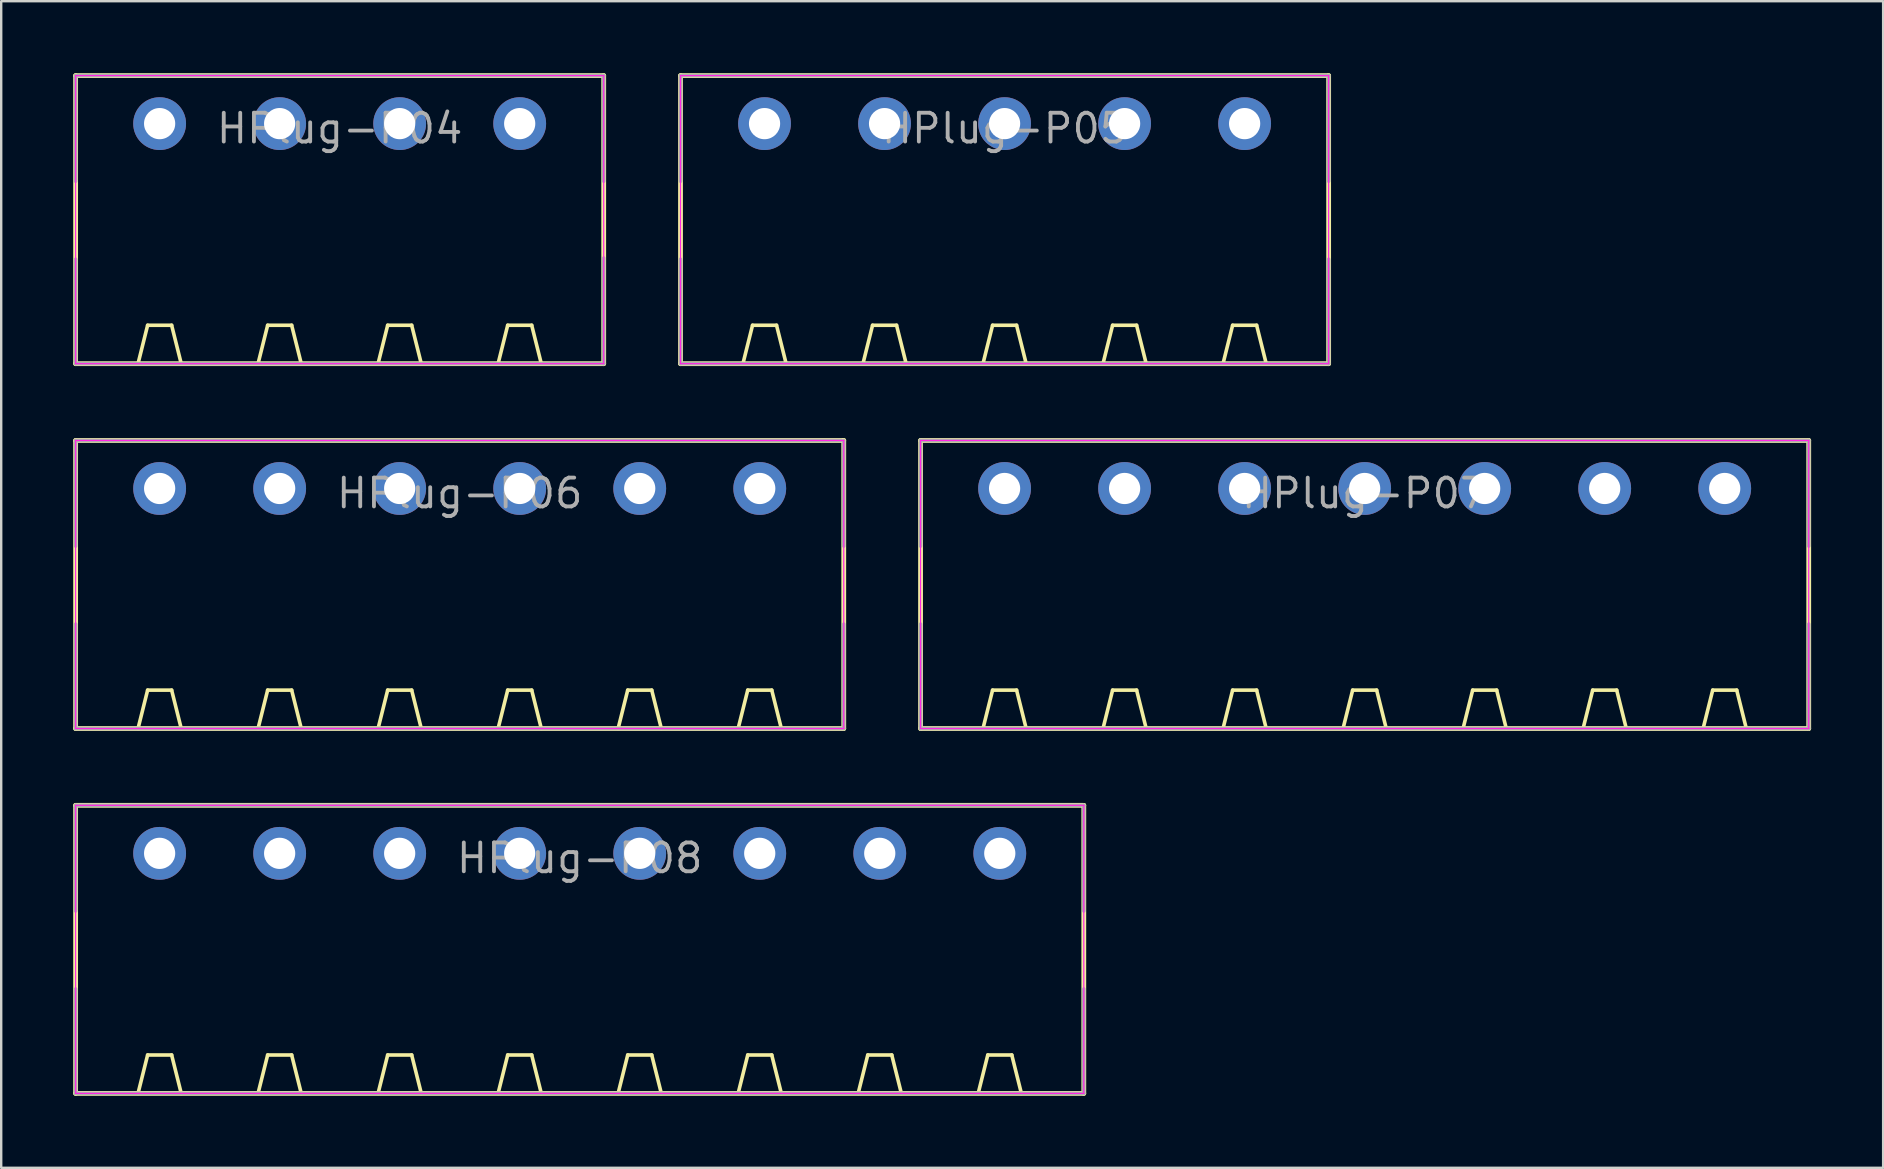
<source format=kicad_pcb>
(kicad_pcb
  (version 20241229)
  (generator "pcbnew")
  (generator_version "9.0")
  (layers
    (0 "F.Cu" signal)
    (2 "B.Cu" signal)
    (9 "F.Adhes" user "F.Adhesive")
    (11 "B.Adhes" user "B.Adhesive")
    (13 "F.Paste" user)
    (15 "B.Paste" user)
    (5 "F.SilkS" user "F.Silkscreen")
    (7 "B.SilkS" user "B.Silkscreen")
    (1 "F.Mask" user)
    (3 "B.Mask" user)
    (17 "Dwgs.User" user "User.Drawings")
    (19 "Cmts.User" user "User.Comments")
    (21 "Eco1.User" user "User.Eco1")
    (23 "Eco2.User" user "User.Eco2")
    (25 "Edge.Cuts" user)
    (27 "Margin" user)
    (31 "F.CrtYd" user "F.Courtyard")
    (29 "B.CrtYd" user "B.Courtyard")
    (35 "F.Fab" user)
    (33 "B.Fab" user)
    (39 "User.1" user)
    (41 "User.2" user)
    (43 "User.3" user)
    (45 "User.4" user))
  (footprint "HPlug-P05"
    (layer "F.Cu")
    (at 38.8 2.1)
    (property "Reference" "HPlug-P05" (at 0 0.2 180) (layer "F.Fab") (effects (font (size 1.2 1.2) (thickness 0.16))))
    (attr through_hole)
    (fp_line (start -13.5 10) (end -13.5 -2) (stroke (width 0.2) (type solid)) (layer "F.SilkS"))
    (fp_line (start -13.5 10) (end 13.5 10) (stroke (width 0.2) (type solid)) (layer "F.SilkS"))
    (fp_line (start -10.5 8.4) (end -10.9 10) (stroke (width 0.15) (type solid)) (layer "F.SilkS"))
    (fp_line (start -10.5 8.4) (end -9.5 8.4) (stroke (width 0.15) (type solid)) (layer "F.SilkS"))
    (fp_line (start -9.5 8.4) (end -9.1 10) (stroke (width 0.15) (type solid)) (layer "F.SilkS"))
    (fp_line (start -5.5 8.4) (end -5.9 10) (stroke (width 0.15) (type solid)) (layer "F.SilkS"))
    (fp_line (start -5.5 8.4) (end -4.5 8.4) (stroke (width 0.15) (type solid)) (layer "F.SilkS"))
    (fp_line (start -4.5 8.4) (end -4.1 10) (stroke (width 0.15) (type solid)) (layer "F.SilkS"))
    (fp_line (start -0.5 8.4) (end -0.9 10) (stroke (width 0.15) (type solid)) (layer "F.SilkS"))
    (fp_line (start -0.5 8.4) (end 0.5 8.4) (stroke (width 0.15) (type solid)) (layer "F.SilkS"))
    (fp_line (start 0.5 8.4) (end 0.9 10) (stroke (width 0.15) (type solid)) (layer "F.SilkS"))
    (fp_line (start 4.5 8.4) (end 4.1 10) (stroke (width 0.15) (type solid)) (layer "F.SilkS"))
    (fp_line (start 4.5 8.4) (end 5.5 8.4) (stroke (width 0.15) (type solid)) (layer "F.SilkS"))
    (fp_line (start 5.5 8.4) (end 5.9 10) (stroke (width 0.15) (type solid)) (layer "F.SilkS"))
    (fp_line (start 9.5 8.4) (end 9.1 10) (stroke (width 0.15) (type solid)) (layer "F.SilkS"))
    (fp_line (start 9.5 8.4) (end 10.5 8.4) (stroke (width 0.15) (type solid)) (layer "F.SilkS"))
    (fp_line (start 10.5 8.4) (end 10.9 10) (stroke (width 0.15) (type solid)) (layer "F.SilkS"))
    (fp_line (start 13.5 -2) (end -13.5 -2) (stroke (width 0.2) (type solid)) (layer "F.SilkS"))
    (fp_line (start 13.5 10) (end 13.5 -2) (stroke (width 0.2) (type solid)) (layer "F.SilkS"))
    (fp_line (start -13.5 -2) (end -13.5 10) (stroke (width 0.05) (type solid)) (layer "F.CrtYd"))
    (fp_line (start -13.5 -2) (end 13.5 -2) (stroke (width 0.05) (type solid)) (layer "F.CrtYd"))
    (fp_line (start -13.5 10) (end 13.5 10) (stroke (width 0.05) (type solid)) (layer "F.CrtYd"))
    (fp_line (start 13.5 -2) (end 13.5 10) (stroke (width 0.05) (type solid)) (layer "F.CrtYd"))
    (fp_line (start -13.5 -2) (end -13.5 2.4) (stroke (width 0.15) (type solid)) (layer "F.Fab"))
    (fp_line (start -13.5 -2) (end 13.5 -2) (stroke (width 0.15) (type solid)) (layer "F.Fab"))
    (fp_line (start -13.5 5.65) (end -13.5 10) (stroke (width 0.15) (type solid)) (layer "F.Fab"))
    (fp_line (start -13.5 10) (end 13.5 10) (stroke (width 0.15) (type solid)) (layer "F.Fab"))
    (fp_line (start 13.5 -2) (end 13.5 2.4) (stroke (width 0.15) (type solid)) (layer "F.Fab"))
    (fp_line (start 13.5 5.65) (end 13.5 10) (stroke (width 0.15) (type solid)) (layer "F.Fab"))
    (pad "1" thru_hole circle (at -10 0) (size 2.2 2.2) (drill 1.3) (layers "*.Cu" "*.Mask"))
    (pad "2" thru_hole circle (at -5 0) (size 2.2 2.2) (drill 1.3) (layers "*.Cu" "*.Mask"))
    (pad "3" thru_hole circle (at 0 0) (size 2.2 2.2) (drill 1.3) (layers "*.Cu" "*.Mask"))
    (pad "4" thru_hole circle (at 5 0) (size 2.2 2.2) (drill 1.3) (layers "*.Cu" "*.Mask"))
    (pad "5" thru_hole circle (at 10 0) (size 2.2 2.2) (drill 1.3) (layers "*.Cu" "*.Mask")))
  (footprint "HPlug-P07"
    (layer "F.Cu")
    (at 53.8 17.3)
    (property "Reference" "HPlug-P07" (at 0 0.2 180) (layer "F.Fab") (effects (font (size 1.2 1.2) (thickness 0.16))))
    (attr through_hole)
    (fp_line (start -18.5 10) (end -18.5 -2) (stroke (width 0.2) (type solid)) (layer "F.SilkS"))
    (fp_line (start -18.5 10) (end 18.5 10) (stroke (width 0.2) (type solid)) (layer "F.SilkS"))
    (fp_line (start -15.5 8.4) (end -15.9 10) (stroke (width 0.15) (type solid)) (layer "F.SilkS"))
    (fp_line (start -15.5 8.4) (end -14.5 8.4) (stroke (width 0.15) (type solid)) (layer "F.SilkS"))
    (fp_line (start -14.5 8.4) (end -14.1 10) (stroke (width 0.15) (type solid)) (layer "F.SilkS"))
    (fp_line (start -10.5 8.4) (end -10.9 10) (stroke (width 0.15) (type solid)) (layer "F.SilkS"))
    (fp_line (start -10.5 8.4) (end -9.5 8.4) (stroke (width 0.15) (type solid)) (layer "F.SilkS"))
    (fp_line (start -9.5 8.4) (end -9.1 10) (stroke (width 0.15) (type solid)) (layer "F.SilkS"))
    (fp_line (start -5.5 8.4) (end -5.9 10) (stroke (width 0.15) (type solid)) (layer "F.SilkS"))
    (fp_line (start -5.5 8.4) (end -4.5 8.4) (stroke (width 0.15) (type solid)) (layer "F.SilkS"))
    (fp_line (start -4.5 8.4) (end -4.1 10) (stroke (width 0.15) (type solid)) (layer "F.SilkS"))
    (fp_line (start -0.5 8.4) (end -0.9 10) (stroke (width 0.15) (type solid)) (layer "F.SilkS"))
    (fp_line (start -0.5 8.4) (end 0.5 8.4) (stroke (width 0.15) (type solid)) (layer "F.SilkS"))
    (fp_line (start 0.5 8.4) (end 0.9 10) (stroke (width 0.15) (type solid)) (layer "F.SilkS"))
    (fp_line (start 4.5 8.4) (end 4.1 10) (stroke (width 0.15) (type solid)) (layer "F.SilkS"))
    (fp_line (start 4.5 8.4) (end 5.5 8.4) (stroke (width 0.15) (type solid)) (layer "F.SilkS"))
    (fp_line (start 5.5 8.4) (end 5.9 10) (stroke (width 0.15) (type solid)) (layer "F.SilkS"))
    (fp_line (start 9.5 8.4) (end 9.1 10) (stroke (width 0.15) (type solid)) (layer "F.SilkS"))
    (fp_line (start 9.5 8.4) (end 10.5 8.4) (stroke (width 0.15) (type solid)) (layer "F.SilkS"))
    (fp_line (start 10.5 8.4) (end 10.9 10) (stroke (width 0.15) (type solid)) (layer "F.SilkS"))
    (fp_line (start 14.5 8.4) (end 14.1 10) (stroke (width 0.15) (type solid)) (layer "F.SilkS"))
    (fp_line (start 14.5 8.4) (end 15.5 8.4) (stroke (width 0.15) (type solid)) (layer "F.SilkS"))
    (fp_line (start 15.5 8.4) (end 15.9 10) (stroke (width 0.15) (type solid)) (layer "F.SilkS"))
    (fp_line (start 18.5 -2) (end -18.5 -2) (stroke (width 0.2) (type solid)) (layer "F.SilkS"))
    (fp_line (start 18.5 10) (end 18.5 -2) (stroke (width 0.2) (type solid)) (layer "F.SilkS"))
    (fp_line (start -18.5 -2) (end -18.5 10) (stroke (width 0.05) (type solid)) (layer "F.CrtYd"))
    (fp_line (start -18.5 -2) (end 18.5 -2) (stroke (width 0.05) (type solid)) (layer "F.CrtYd"))
    (fp_line (start -18.5 10) (end 18.5 10) (stroke (width 0.05) (type solid)) (layer "F.CrtYd"))
    (fp_line (start 18.5 -2) (end 18.5 10) (stroke (width 0.05) (type solid)) (layer "F.CrtYd"))
    (fp_line (start -18.5 -2) (end -18.5 2.4) (stroke (width 0.15) (type solid)) (layer "F.Fab"))
    (fp_line (start -18.5 -2) (end 18.5 -2) (stroke (width 0.15) (type solid)) (layer "F.Fab"))
    (fp_line (start -18.5 5.65) (end -18.5 10) (stroke (width 0.15) (type solid)) (layer "F.Fab"))
    (fp_line (start -18.5 10) (end 18.5 10) (stroke (width 0.15) (type solid)) (layer "F.Fab"))
    (fp_line (start 18.5 -2) (end 18.5 2.4) (stroke (width 0.15) (type solid)) (layer "F.Fab"))
    (fp_line (start 18.5 5.65) (end 18.5 10) (stroke (width 0.15) (type solid)) (layer "F.Fab"))
    (pad "1" thru_hole circle (at -15 0) (size 2.2 2.2) (drill 1.3) (layers "*.Cu" "*.Mask"))
    (pad "2" thru_hole circle (at -10 0) (size 2.2 2.2) (drill 1.3) (layers "*.Cu" "*.Mask"))
    (pad "3" thru_hole circle (at -5 0) (size 2.2 2.2) (drill 1.3) (layers "*.Cu" "*.Mask"))
    (pad "4" thru_hole circle (at 0 0) (size 2.2 2.2) (drill 1.3) (layers "*.Cu" "*.Mask"))
    (pad "5" thru_hole circle (at 5 0) (size 2.2 2.2) (drill 1.3) (layers "*.Cu" "*.Mask"))
    (pad "6" thru_hole circle (at 10 0) (size 2.2 2.2) (drill 1.3) (layers "*.Cu" "*.Mask"))
    (pad "7" thru_hole circle (at 15 0) (size 2.2 2.2) (drill 1.3) (layers "*.Cu" "*.Mask")))
  (footprint "HPlug-P08"
    (layer "F.Cu")
    (at 21.1 32.5)
    (property "Reference" "HPlug-P08" (at 0 0.2 180) (layer "F.Fab") (effects (font (size 1.2 1.2) (thickness 0.16))))
    (attr through_hole)
    (fp_line (start -21 10) (end -21 -2) (stroke (width 0.2) (type solid)) (layer "F.SilkS"))
    (fp_line (start -21 10) (end 21 10) (stroke (width 0.2) (type solid)) (layer "F.SilkS"))
    (fp_line (start -18 8.4) (end -18.4 10) (stroke (width 0.15) (type solid)) (layer "F.SilkS"))
    (fp_line (start -18 8.4) (end -17 8.4) (stroke (width 0.15) (type solid)) (layer "F.SilkS"))
    (fp_line (start -17 8.4) (end -16.6 10) (stroke (width 0.15) (type solid)) (layer "F.SilkS"))
    (fp_line (start -13 8.4) (end -13.4 10) (stroke (width 0.15) (type solid)) (layer "F.SilkS"))
    (fp_line (start -13 8.4) (end -12 8.4) (stroke (width 0.15) (type solid)) (layer "F.SilkS"))
    (fp_line (start -12 8.4) (end -11.6 10) (stroke (width 0.15) (type solid)) (layer "F.SilkS"))
    (fp_line (start -8 8.4) (end -8.4 10) (stroke (width 0.15) (type solid)) (layer "F.SilkS"))
    (fp_line (start -8 8.4) (end -7 8.4) (stroke (width 0.15) (type solid)) (layer "F.SilkS"))
    (fp_line (start -7 8.4) (end -6.6 10) (stroke (width 0.15) (type solid)) (layer "F.SilkS"))
    (fp_line (start -3 8.4) (end -3.4 10) (stroke (width 0.15) (type solid)) (layer "F.SilkS"))
    (fp_line (start -3 8.4) (end -2 8.4) (stroke (width 0.15) (type solid)) (layer "F.SilkS"))
    (fp_line (start -2 8.4) (end -1.6 10) (stroke (width 0.15) (type solid)) (layer "F.SilkS"))
    (fp_line (start 2 8.4) (end 1.6 10) (stroke (width 0.15) (type solid)) (layer "F.SilkS"))
    (fp_line (start 2 8.4) (end 3 8.4) (stroke (width 0.15) (type solid)) (layer "F.SilkS"))
    (fp_line (start 3 8.4) (end 3.4 10) (stroke (width 0.15) (type solid)) (layer "F.SilkS"))
    (fp_line (start 7 8.4) (end 6.6 10) (stroke (width 0.15) (type solid)) (layer "F.SilkS"))
    (fp_line (start 7 8.4) (end 8 8.4) (stroke (width 0.15) (type solid)) (layer "F.SilkS"))
    (fp_line (start 8 8.4) (end 8.4 10) (stroke (width 0.15) (type solid)) (layer "F.SilkS"))
    (fp_line (start 12 8.4) (end 11.6 10) (stroke (width 0.15) (type solid)) (layer "F.SilkS"))
    (fp_line (start 12 8.4) (end 13 8.4) (stroke (width 0.15) (type solid)) (layer "F.SilkS"))
    (fp_line (start 13 8.4) (end 13.4 10) (stroke (width 0.15) (type solid)) (layer "F.SilkS"))
    (fp_line (start 17 8.4) (end 16.6 10) (stroke (width 0.15) (type solid)) (layer "F.SilkS"))
    (fp_line (start 17 8.4) (end 18 8.4) (stroke (width 0.15) (type solid)) (layer "F.SilkS"))
    (fp_line (start 18 8.4) (end 18.4 10) (stroke (width 0.15) (type solid)) (layer "F.SilkS"))
    (fp_line (start 21 -2) (end -21 -2) (stroke (width 0.2) (type solid)) (layer "F.SilkS"))
    (fp_line (start 21 10) (end 21 -2) (stroke (width 0.2) (type solid)) (layer "F.SilkS"))
    (fp_line (start -21 -2) (end -21 10) (stroke (width 0.05) (type solid)) (layer "F.CrtYd"))
    (fp_line (start -21 -2) (end 21 -2) (stroke (width 0.05) (type solid)) (layer "F.CrtYd"))
    (fp_line (start -21 10) (end 21 10) (stroke (width 0.05) (type solid)) (layer "F.CrtYd"))
    (fp_line (start 21 -2) (end 21 10) (stroke (width 0.05) (type solid)) (layer "F.CrtYd"))
    (fp_line (start -21 -2) (end -21 2.4) (stroke (width 0.15) (type solid)) (layer "F.Fab"))
    (fp_line (start -21 -2) (end 21 -2) (stroke (width 0.15) (type solid)) (layer "F.Fab"))
    (fp_line (start -21 5.65) (end -21 10) (stroke (width 0.15) (type solid)) (layer "F.Fab"))
    (fp_line (start -21 10) (end 21 10) (stroke (width 0.15) (type solid)) (layer "F.Fab"))
    (fp_line (start 21 -2) (end 21 2.4) (stroke (width 0.15) (type solid)) (layer "F.Fab"))
    (fp_line (start 21 5.65) (end 21 10) (stroke (width 0.15) (type solid)) (layer "F.Fab"))
    (pad "1" thru_hole circle (at -17.5 0) (size 2.2 2.2) (drill 1.3) (layers "*.Cu" "*.Mask"))
    (pad "2" thru_hole circle (at -12.5 0) (size 2.2 2.2) (drill 1.3) (layers "*.Cu" "*.Mask"))
    (pad "3" thru_hole circle (at -7.5 0) (size 2.2 2.2) (drill 1.3) (layers "*.Cu" "*.Mask"))
    (pad "4" thru_hole circle (at -2.5 0) (size 2.2 2.2) (drill 1.3) (layers "*.Cu" "*.Mask"))
    (pad "5" thru_hole circle (at 2.5 0) (size 2.2 2.2) (drill 1.3) (layers "*.Cu" "*.Mask"))
    (pad "6" thru_hole circle (at 7.5 0) (size 2.2 2.2) (drill 1.3) (layers "*.Cu" "*.Mask"))
    (pad "7" thru_hole circle (at 12.5 0) (size 2.2 2.2) (drill 1.3) (layers "*.Cu" "*.Mask"))
    (pad "8" thru_hole circle (at 17.5 0) (size 2.2 2.2) (drill 1.3) (layers "*.Cu" "*.Mask")))
  (footprint "HPlug-P06"
    (layer "F.Cu")
    (at 16.1 17.3)
    (property "Reference" "HPlug-P06" (at 0 0.2 180) (layer "F.Fab") (effects (font (size 1.2 1.2) (thickness 0.16))))
    (attr through_hole)
    (fp_line (start -16 10) (end -16 -2) (stroke (width 0.2) (type solid)) (layer "F.SilkS"))
    (fp_line (start -16 10) (end 16 10) (stroke (width 0.2) (type solid)) (layer "F.SilkS"))
    (fp_line (start -13 8.4) (end -13.4 10) (stroke (width 0.15) (type solid)) (layer "F.SilkS"))
    (fp_line (start -13 8.4) (end -12 8.4) (stroke (width 0.15) (type solid)) (layer "F.SilkS"))
    (fp_line (start -12 8.4) (end -11.6 10) (stroke (width 0.15) (type solid)) (layer "F.SilkS"))
    (fp_line (start -8 8.4) (end -8.4 10) (stroke (width 0.15) (type solid)) (layer "F.SilkS"))
    (fp_line (start -8 8.4) (end -7 8.4) (stroke (width 0.15) (type solid)) (layer "F.SilkS"))
    (fp_line (start -7 8.4) (end -6.6 10) (stroke (width 0.15) (type solid)) (layer "F.SilkS"))
    (fp_line (start -3 8.4) (end -3.4 10) (stroke (width 0.15) (type solid)) (layer "F.SilkS"))
    (fp_line (start -3 8.4) (end -2 8.4) (stroke (width 0.15) (type solid)) (layer "F.SilkS"))
    (fp_line (start -2 8.4) (end -1.6 10) (stroke (width 0.15) (type solid)) (layer "F.SilkS"))
    (fp_line (start 2 8.4) (end 1.6 10) (stroke (width 0.15) (type solid)) (layer "F.SilkS"))
    (fp_line (start 2 8.4) (end 3 8.4) (stroke (width 0.15) (type solid)) (layer "F.SilkS"))
    (fp_line (start 3 8.4) (end 3.4 10) (stroke (width 0.15) (type solid)) (layer "F.SilkS"))
    (fp_line (start 7 8.4) (end 6.6 10) (stroke (width 0.15) (type solid)) (layer "F.SilkS"))
    (fp_line (start 7 8.4) (end 8 8.4) (stroke (width 0.15) (type solid)) (layer "F.SilkS"))
    (fp_line (start 8 8.4) (end 8.4 10) (stroke (width 0.15) (type solid)) (layer "F.SilkS"))
    (fp_line (start 12 8.4) (end 11.6 10) (stroke (width 0.15) (type solid)) (layer "F.SilkS"))
    (fp_line (start 12 8.4) (end 13 8.4) (stroke (width 0.15) (type solid)) (layer "F.SilkS"))
    (fp_line (start 13 8.4) (end 13.4 10) (stroke (width 0.15) (type solid)) (layer "F.SilkS"))
    (fp_line (start 16 -2) (end -16 -2) (stroke (width 0.2) (type solid)) (layer "F.SilkS"))
    (fp_line (start 16 10) (end 16 -2) (stroke (width 0.2) (type solid)) (layer "F.SilkS"))
    (fp_line (start -16 -2) (end -16 10) (stroke (width 0.05) (type solid)) (layer "F.CrtYd"))
    (fp_line (start -16 -2) (end 16 -2) (stroke (width 0.05) (type solid)) (layer "F.CrtYd"))
    (fp_line (start -16 10) (end 16 10) (stroke (width 0.05) (type solid)) (layer "F.CrtYd"))
    (fp_line (start 16 -2) (end 16 10) (stroke (width 0.05) (type solid)) (layer "F.CrtYd"))
    (fp_line (start -16 -2) (end -16 2.4) (stroke (width 0.15) (type solid)) (layer "F.Fab"))
    (fp_line (start -16 -2) (end 15.9 -2) (stroke (width 0.15) (type solid)) (layer "F.Fab"))
    (fp_line (start -16 5.65) (end -16 10) (stroke (width 0.15) (type solid)) (layer "F.Fab"))
    (fp_line (start -16 10) (end 16 10) (stroke (width 0.15) (type solid)) (layer "F.Fab"))
    (fp_line (start 16 -2) (end 16 2.4) (stroke (width 0.15) (type solid)) (layer "F.Fab"))
    (fp_line (start 16 5.65) (end 16 10) (stroke (width 0.15) (type solid)) (layer "F.Fab"))
    (pad "1" thru_hole circle (at -12.5 0) (size 2.2 2.2) (drill 1.3) (layers "*.Cu" "*.Mask"))
    (pad "2" thru_hole circle (at -7.5 0) (size 2.2 2.2) (drill 1.3) (layers "*.Cu" "*.Mask"))
    (pad "3" thru_hole circle (at -2.5 0) (size 2.2 2.2) (drill 1.3) (layers "*.Cu" "*.Mask"))
    (pad "4" thru_hole circle (at 2.5 0) (size 2.2 2.2) (drill 1.3) (layers "*.Cu" "*.Mask"))
    (pad "5" thru_hole circle (at 7.5 0) (size 2.2 2.2) (drill 1.3) (layers "*.Cu" "*.Mask"))
    (pad "6" thru_hole circle (at 12.5 0) (size 2.2 2.2) (drill 1.3) (layers "*.Cu" "*.Mask")))
  (footprint "HPlug-P04"
    (layer "F.Cu")
    (at 11.1 2.1)
    (property "Reference" "HPlug-P04" (at 0 0.2 180) (layer "F.Fab") (effects (font (size 1.2 1.2) (thickness 0.16))))
    (attr through_hole)
    (fp_line (start -11 10) (end -11 -2) (stroke (width 0.2) (type solid)) (layer "F.SilkS"))
    (fp_line (start -11 10) (end 11 10) (stroke (width 0.2) (type solid)) (layer "F.SilkS"))
    (fp_line (start -8 8.4) (end -8.4 10) (stroke (width 0.15) (type solid)) (layer "F.SilkS"))
    (fp_line (start -8 8.4) (end -7 8.4) (stroke (width 0.15) (type solid)) (layer "F.SilkS"))
    (fp_line (start -7 8.4) (end -6.6 10) (stroke (width 0.15) (type solid)) (layer "F.SilkS"))
    (fp_line (start -3 8.4) (end -3.4 10) (stroke (width 0.15) (type solid)) (layer "F.SilkS"))
    (fp_line (start -3 8.4) (end -2 8.4) (stroke (width 0.15) (type solid)) (layer "F.SilkS"))
    (fp_line (start -2 8.4) (end -1.6 10) (stroke (width 0.15) (type solid)) (layer "F.SilkS"))
    (fp_line (start 2 8.4) (end 1.6 10) (stroke (width 0.15) (type solid)) (layer "F.SilkS"))
    (fp_line (start 2 8.4) (end 3 8.4) (stroke (width 0.15) (type solid)) (layer "F.SilkS"))
    (fp_line (start 3 8.4) (end 3.4 10) (stroke (width 0.15) (type solid)) (layer "F.SilkS"))
    (fp_line (start 7 8.4) (end 6.6 10) (stroke (width 0.15) (type solid)) (layer "F.SilkS"))
    (fp_line (start 7 8.4) (end 8 8.4) (stroke (width 0.15) (type solid)) (layer "F.SilkS"))
    (fp_line (start 8 8.4) (end 8.4 10) (stroke (width 0.15) (type solid)) (layer "F.SilkS"))
    (fp_line (start 11 -2) (end -11 -2) (stroke (width 0.2) (type solid)) (layer "F.SilkS"))
    (fp_line (start 11 10) (end 11 -2) (stroke (width 0.2) (type solid)) (layer "F.SilkS"))
    (fp_line (start -11 -2) (end -11 10) (stroke (width 0.05) (type solid)) (layer "F.CrtYd"))
    (fp_line (start -11 -2) (end 11 -2) (stroke (width 0.05) (type solid)) (layer "F.CrtYd"))
    (fp_line (start -11 10) (end 11 10) (stroke (width 0.05) (type solid)) (layer "F.CrtYd"))
    (fp_line (start 11 -2) (end 11 10) (stroke (width 0.05) (type solid)) (layer "F.CrtYd"))
    (fp_line (start -11 -2) (end -11 2.4) (stroke (width 0.15) (type solid)) (layer "F.Fab"))
    (fp_line (start -11 -2) (end 11 -2) (stroke (width 0.15) (type solid)) (layer "F.Fab"))
    (fp_line (start -11 5.65) (end -11 10) (stroke (width 0.15) (type solid)) (layer "F.Fab"))
    (fp_line (start -11 10) (end 11 10) (stroke (width 0.15) (type solid)) (layer "F.Fab"))
    (fp_line (start 11 -2) (end 11 2.4) (stroke (width 0.15) (type solid)) (layer "F.Fab"))
    (fp_line (start 11 5.6) (end 11 10) (stroke (width 0.15) (type solid)) (layer "F.Fab"))
    (pad "1" thru_hole circle (at -7.5 0) (size 2.2 2.2) (drill 1.3) (layers "*.Cu" "*.Mask"))
    (pad "2" thru_hole circle (at -2.5 0) (size 2.2 2.2) (drill 1.3) (layers "*.Cu" "*.Mask"))
    (pad "3" thru_hole circle (at 2.5 0) (size 2.2 2.2) (drill 1.3) (layers "*.Cu" "*.Mask"))
    (pad "4" thru_hole circle (at 7.5 0) (size 2.2 2.2) (drill 1.3) (layers "*.Cu" "*.Mask")))
  (gr_rect
    (start -3 -3)
    (end 75.4 45.6)
    (stroke (width 0.1) (type default))
    (fill no)
    (layer "Edge.Cuts")))
</source>
